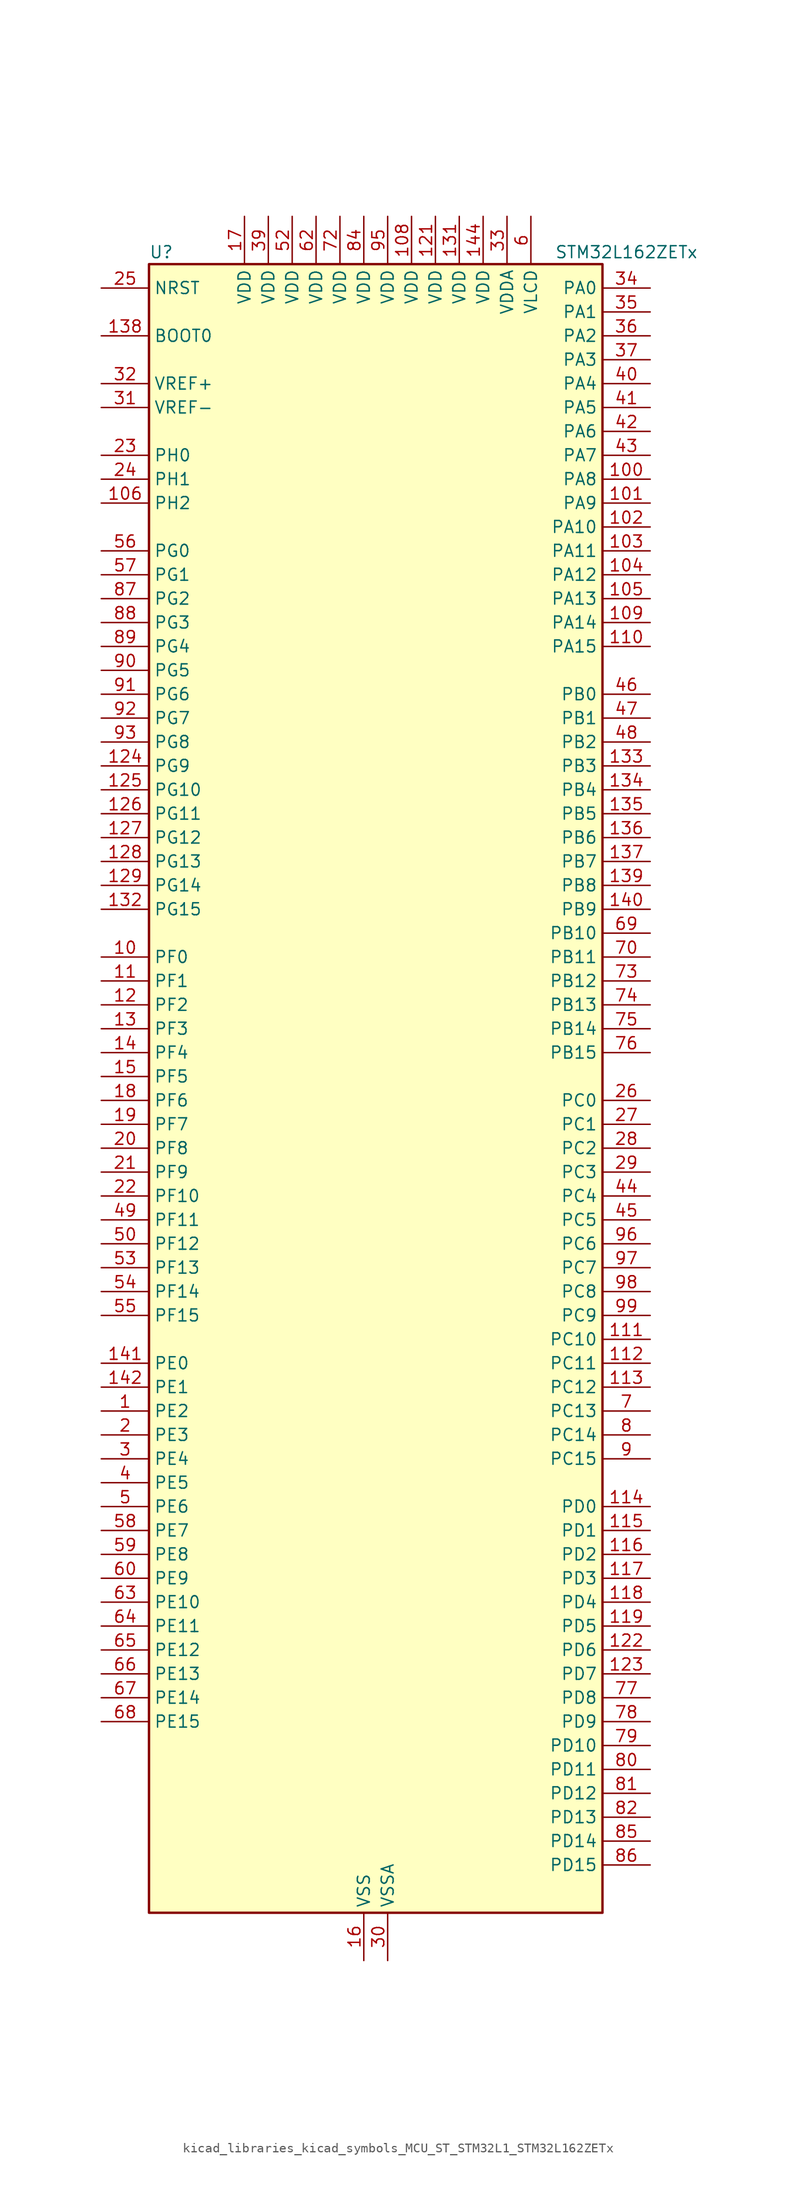
<source format=kicad_sym>
(kicad_symbol_lib
  (version 20220914)
  (generator kicad_symbol_editor)
  (symbol "kicad_libraries_kicad_symbols_MCU_ST_STM32L1_STM32L162ZETx"
    (property "Reference" "U"
      (at -22.86 90.17 0)
      (effects (font (size 1.27 1.27)) (justify left)))
    (property "Value" "STM32L162ZETx"
      (at 20.32 90.17 0)
      (effects (font (size 1.27 1.27)) (justify left)))
    (property "ki_locked" ""
      (at 0 0 0)
      (effects (font (size 1.27 1.27))))
    (symbol "kicad_libraries_kicad_symbols_MCU_ST_STM32L1_STM32L162ZETx_0_1"
      (rectangle (start -22.86 -86.36) (end 25.4 88.9) (stroke (width 0.254) (type default)) (fill (type background))))
    (symbol "kicad_libraries_kicad_symbols_MCU_ST_STM32L1_STM32L162ZETx_1_1"
      (pin bidirectional line (at -27.94 -33.02 0) (length 5.08) (name "PE2" (effects (font (size 1.27 1.27)))) (number "1" (effects (font (size 1.27 1.27)))) (alternate "LCD_SEG38" bidirectional line) (alternate "SYS_TRACECK" bidirectional line) (alternate "TIM3_ETR" bidirectional line) (alternate "TIMX_IC3" bidirectional line))
      (pin bidirectional line (at -27.94 15.24 0) (length 5.08) (name "PF0" (effects (font (size 1.27 1.27)))) (number "10" (effects (font (size 1.27 1.27)))))
      (pin bidirectional line (at 30.48 66.04 180) (length 5.08) (name "PA8" (effects (font (size 1.27 1.27)))) (number "100" (effects (font (size 1.27 1.27)))) (alternate "LCD_COM0" bidirectional line) (alternate "RCC_MCO" bidirectional line) (alternate "TIMX_IC1" bidirectional line) (alternate "TS_G4_IO1" bidirectional line) (alternate "USART1_CK" bidirectional line))
      (pin bidirectional line (at 30.48 63.5 180) (length 5.08) (name "PA9" (effects (font (size 1.27 1.27)))) (number "101" (effects (font (size 1.27 1.27)))) (alternate "DAC_EXTI9" bidirectional line) (alternate "LCD_COM1" bidirectional line) (alternate "TIMX_IC2" bidirectional line) (alternate "TS_G4_IO2" bidirectional line) (alternate "USART1_TX" bidirectional line))
      (pin bidirectional line (at 30.48 60.96 180) (length 5.08) (name "PA10" (effects (font (size 1.27 1.27)))) (number "102" (effects (font (size 1.27 1.27)))) (alternate "LCD_COM2" bidirectional line) (alternate "TIMX_IC3" bidirectional line) (alternate "TS_G4_IO3" bidirectional line) (alternate "USART1_RX" bidirectional line))
      (pin bidirectional line (at 30.48 58.42 180) (length 5.08) (name "PA11" (effects (font (size 1.27 1.27)))) (number "103" (effects (font (size 1.27 1.27)))) (alternate "ADC_EXTI11" bidirectional line) (alternate "SPI1_MISO" bidirectional line) (alternate "TIMX_IC4" bidirectional line) (alternate "USART1_CTS" bidirectional line) (alternate "USB_DM" bidirectional line))
      (pin bidirectional line (at 30.48 55.88 180) (length 5.08) (name "PA12" (effects (font (size 1.27 1.27)))) (number "104" (effects (font (size 1.27 1.27)))) (alternate "SPI1_MOSI" bidirectional line) (alternate "TIMX_IC1" bidirectional line) (alternate "USART1_RTS" bidirectional line) (alternate "USB_DP" bidirectional line))
      (pin bidirectional line (at 30.48 53.34 180) (length 5.08) (name "PA13" (effects (font (size 1.27 1.27)))) (number "105" (effects (font (size 1.27 1.27)))) (alternate "SYS_JTMS-SWDIO" bidirectional line) (alternate "TIMX_IC2" bidirectional line) (alternate "TS_G5_IO1" bidirectional line))
      (pin bidirectional line (at -27.94 63.5 0) (length 5.08) (name "PH2" (effects (font (size 1.27 1.27)))) (number "106" (effects (font (size 1.27 1.27)))))
      (pin passive line (at 0 -91.44 90) (length 5.08) hide (name "VSS" (effects (font (size 1.27 1.27)))) (number "107" (effects (font (size 1.27 1.27)))))
      (pin power_in line (at 5.08 93.98 270) (length 5.08) (name "VDD" (effects (font (size 1.27 1.27)))) (number "108" (effects (font (size 1.27 1.27)))))
      (pin bidirectional line (at 30.48 50.8 180) (length 5.08) (name "PA14" (effects (font (size 1.27 1.27)))) (number "109" (effects (font (size 1.27 1.27)))) (alternate "SYS_JTCK-SWCLK" bidirectional line) (alternate "TIMX_IC3" bidirectional line) (alternate "TS_G5_IO2" bidirectional line))
      (pin bidirectional line (at -27.94 12.7 0) (length 5.08) (name "PF1" (effects (font (size 1.27 1.27)))) (number "11" (effects (font (size 1.27 1.27)))))
      (pin bidirectional line (at 30.48 48.26 180) (length 5.08) (name "PA15" (effects (font (size 1.27 1.27)))) (number "110" (effects (font (size 1.27 1.27)))) (alternate "ADC_EXTI15" bidirectional line) (alternate "I2S3_WS" bidirectional line) (alternate "LCD_SEG17" bidirectional line) (alternate "SPI1_NSS" bidirectional line) (alternate "SPI3_NSS" bidirectional line) (alternate "SYS_JTDI" bidirectional line) (alternate "TIM2_CH1" bidirectional line) (alternate "TIM2_ETR" bidirectional line) (alternate "TIMX_IC4" bidirectional line) (alternate "TS_G5_IO3" bidirectional line))
      (pin bidirectional line (at 30.48 -25.4 180) (length 5.08) (name "PC10" (effects (font (size 1.27 1.27)))) (number "111" (effects (font (size 1.27 1.27)))) (alternate "I2S3_CK" bidirectional line) (alternate "LCD_COM4" bidirectional line) (alternate "LCD_SEG28" bidirectional line) (alternate "LCD_SEG40" bidirectional line) (alternate "SPI3_SCK" bidirectional line) (alternate "TIMX_IC3" bidirectional line) (alternate "UART4_TX" bidirectional line) (alternate "USART3_TX" bidirectional line))
      (pin bidirectional line (at 30.48 -27.94 180) (length 5.08) (name "PC11" (effects (font (size 1.27 1.27)))) (number "112" (effects (font (size 1.27 1.27)))) (alternate "ADC_EXTI11" bidirectional line) (alternate "LCD_COM5" bidirectional line) (alternate "LCD_SEG29" bidirectional line) (alternate "LCD_SEG41" bidirectional line) (alternate "SPI3_MISO" bidirectional line) (alternate "TIMX_IC4" bidirectional line) (alternate "UART4_RX" bidirectional line) (alternate "USART3_RX" bidirectional line))
      (pin bidirectional line (at 30.48 -30.48 180) (length 5.08) (name "PC12" (effects (font (size 1.27 1.27)))) (number "113" (effects (font (size 1.27 1.27)))) (alternate "I2S3_SD" bidirectional line) (alternate "LCD_COM6" bidirectional line) (alternate "LCD_SEG30" bidirectional line) (alternate "LCD_SEG42" bidirectional line) (alternate "SPI3_MOSI" bidirectional line) (alternate "TIMX_IC1" bidirectional line) (alternate "UART5_TX" bidirectional line) (alternate "USART3_CK" bidirectional line))
      (pin bidirectional line (at 30.48 -43.18 180) (length 5.08) (name "PD0" (effects (font (size 1.27 1.27)))) (number "114" (effects (font (size 1.27 1.27)))) (alternate "I2S2_WS" bidirectional line) (alternate "SPI2_NSS" bidirectional line) (alternate "TIM9_CH1" bidirectional line) (alternate "TIMX_IC1" bidirectional line))
      (pin bidirectional line (at 30.48 -45.72 180) (length 5.08) (name "PD1" (effects (font (size 1.27 1.27)))) (number "115" (effects (font (size 1.27 1.27)))) (alternate "I2S2_CK" bidirectional line) (alternate "SPI2_SCK" bidirectional line) (alternate "TIMX_IC2" bidirectional line))
      (pin bidirectional line (at 30.48 -48.26 180) (length 5.08) (name "PD2" (effects (font (size 1.27 1.27)))) (number "116" (effects (font (size 1.27 1.27)))) (alternate "LCD_COM7" bidirectional line) (alternate "LCD_SEG31" bidirectional line) (alternate "LCD_SEG43" bidirectional line) (alternate "TIM3_ETR" bidirectional line) (alternate "TIMX_IC3" bidirectional line) (alternate "UART5_RX" bidirectional line))
      (pin bidirectional line (at 30.48 -50.8 180) (length 5.08) (name "PD3" (effects (font (size 1.27 1.27)))) (number "117" (effects (font (size 1.27 1.27)))) (alternate "SPI2_MISO" bidirectional line) (alternate "TIMX_IC4" bidirectional line) (alternate "USART2_CTS" bidirectional line))
      (pin bidirectional line (at 30.48 -53.34 180) (length 5.08) (name "PD4" (effects (font (size 1.27 1.27)))) (number "118" (effects (font (size 1.27 1.27)))) (alternate "I2S2_SD" bidirectional line) (alternate "SPI2_MOSI" bidirectional line) (alternate "TIMX_IC1" bidirectional line) (alternate "USART2_RTS" bidirectional line))
      (pin bidirectional line (at 30.48 -55.88 180) (length 5.08) (name "PD5" (effects (font (size 1.27 1.27)))) (number "119" (effects (font (size 1.27 1.27)))) (alternate "TIMX_IC2" bidirectional line) (alternate "USART2_TX" bidirectional line))
      (pin bidirectional line (at -27.94 10.16 0) (length 5.08) (name "PF2" (effects (font (size 1.27 1.27)))) (number "12" (effects (font (size 1.27 1.27)))))
      (pin passive line (at 0 -91.44 90) (length 5.08) hide (name "VSS" (effects (font (size 1.27 1.27)))) (number "120" (effects (font (size 1.27 1.27)))))
      (pin power_in line (at 7.62 93.98 270) (length 5.08) (name "VDD" (effects (font (size 1.27 1.27)))) (number "121" (effects (font (size 1.27 1.27)))))
      (pin bidirectional line (at 30.48 -58.42 180) (length 5.08) (name "PD6" (effects (font (size 1.27 1.27)))) (number "122" (effects (font (size 1.27 1.27)))) (alternate "TIMX_IC3" bidirectional line) (alternate "USART2_RX" bidirectional line))
      (pin bidirectional line (at 30.48 -60.96 180) (length 5.08) (name "PD7" (effects (font (size 1.27 1.27)))) (number "123" (effects (font (size 1.27 1.27)))) (alternate "TIM9_CH2" bidirectional line) (alternate "TIMX_IC4" bidirectional line) (alternate "USART2_CK" bidirectional line))
      (pin bidirectional line (at -27.94 35.56 0) (length 5.08) (name "PG9" (effects (font (size 1.27 1.27)))) (number "124" (effects (font (size 1.27 1.27)))) (alternate "DAC_EXTI9" bidirectional line))
      (pin bidirectional line (at -27.94 33.02 0) (length 5.08) (name "PG10" (effects (font (size 1.27 1.27)))) (number "125" (effects (font (size 1.27 1.27)))))
      (pin bidirectional line (at -27.94 30.48 0) (length 5.08) (name "PG11" (effects (font (size 1.27 1.27)))) (number "126" (effects (font (size 1.27 1.27)))) (alternate "ADC_EXTI11" bidirectional line))
      (pin bidirectional line (at -27.94 27.94 0) (length 5.08) (name "PG12" (effects (font (size 1.27 1.27)))) (number "127" (effects (font (size 1.27 1.27)))))
      (pin bidirectional line (at -27.94 25.4 0) (length 5.08) (name "PG13" (effects (font (size 1.27 1.27)))) (number "128" (effects (font (size 1.27 1.27)))))
      (pin bidirectional line (at -27.94 22.86 0) (length 5.08) (name "PG14" (effects (font (size 1.27 1.27)))) (number "129" (effects (font (size 1.27 1.27)))))
      (pin bidirectional line (at -27.94 7.62 0) (length 5.08) (name "PF3" (effects (font (size 1.27 1.27)))) (number "13" (effects (font (size 1.27 1.27)))))
      (pin passive line (at 0 -91.44 90) (length 5.08) hide (name "VSS" (effects (font (size 1.27 1.27)))) (number "130" (effects (font (size 1.27 1.27)))))
      (pin power_in line (at 10.16 93.98 270) (length 5.08) (name "VDD" (effects (font (size 1.27 1.27)))) (number "131" (effects (font (size 1.27 1.27)))))
      (pin bidirectional line (at -27.94 20.32 0) (length 5.08) (name "PG15" (effects (font (size 1.27 1.27)))) (number "132" (effects (font (size 1.27 1.27)))) (alternate "ADC_EXTI15" bidirectional line))
      (pin bidirectional line (at 30.48 35.56 180) (length 5.08) (name "PB3" (effects (font (size 1.27 1.27)))) (number "133" (effects (font (size 1.27 1.27)))) (alternate "COMP2_INM" bidirectional line) (alternate "I2S3_CK" bidirectional line) (alternate "LCD_SEG7" bidirectional line) (alternate "SPI1_SCK" bidirectional line) (alternate "SPI3_SCK" bidirectional line) (alternate "SYS_JTDO-TRACESWO" bidirectional line) (alternate "TIM2_CH2" bidirectional line))
      (pin bidirectional line (at 30.48 33.02 180) (length 5.08) (name "PB4" (effects (font (size 1.27 1.27)))) (number "134" (effects (font (size 1.27 1.27)))) (alternate "COMP2_INP" bidirectional line) (alternate "LCD_SEG8" bidirectional line) (alternate "SPI1_MISO" bidirectional line) (alternate "SPI3_MISO" bidirectional line) (alternate "SYS_JTRST" bidirectional line) (alternate "TIM3_CH1" bidirectional line) (alternate "TS_G6_IO1" bidirectional line))
      (pin bidirectional line (at 30.48 30.48 180) (length 5.08) (name "PB5" (effects (font (size 1.27 1.27)))) (number "135" (effects (font (size 1.27 1.27)))) (alternate "COMP2_INP" bidirectional line) (alternate "I2C1_SMBA" bidirectional line) (alternate "I2S3_SD" bidirectional line) (alternate "LCD_SEG9" bidirectional line) (alternate "SPI1_MOSI" bidirectional line) (alternate "SPI3_MOSI" bidirectional line) (alternate "TIM3_CH2" bidirectional line) (alternate "TS_G6_IO2" bidirectional line))
      (pin bidirectional line (at 30.48 27.94 180) (length 5.08) (name "PB6" (effects (font (size 1.27 1.27)))) (number "136" (effects (font (size 1.27 1.27)))) (alternate "COMP2_INP" bidirectional line) (alternate "I2C1_SCL" bidirectional line) (alternate "TIM4_CH1" bidirectional line) (alternate "TS_G6_IO3" bidirectional line) (alternate "USART1_TX" bidirectional line))
      (pin bidirectional line (at 30.48 25.4 180) (length 5.08) (name "PB7" (effects (font (size 1.27 1.27)))) (number "137" (effects (font (size 1.27 1.27)))) (alternate "COMP2_INP" bidirectional line) (alternate "I2C1_SDA" bidirectional line) (alternate "SYS_PVD_IN" bidirectional line) (alternate "TIM4_CH2" bidirectional line) (alternate "TS_G6_IO4" bidirectional line) (alternate "USART1_RX" bidirectional line))
      (pin input line (at -27.94 81.28 0) (length 5.08) (name "BOOT0" (effects (font (size 1.27 1.27)))) (number "138" (effects (font (size 1.27 1.27)))))
      (pin bidirectional line (at 30.48 22.86 180) (length 5.08) (name "PB8" (effects (font (size 1.27 1.27)))) (number "139" (effects (font (size 1.27 1.27)))) (alternate "I2C1_SCL" bidirectional line) (alternate "LCD_SEG16" bidirectional line) (alternate "TIM10_CH1" bidirectional line) (alternate "TIM4_CH3" bidirectional line))
      (pin bidirectional line (at -27.94 5.08 0) (length 5.08) (name "PF4" (effects (font (size 1.27 1.27)))) (number "14" (effects (font (size 1.27 1.27)))))
      (pin bidirectional line (at 30.48 20.32 180) (length 5.08) (name "PB9" (effects (font (size 1.27 1.27)))) (number "140" (effects (font (size 1.27 1.27)))) (alternate "DAC_EXTI9" bidirectional line) (alternate "I2C1_SDA" bidirectional line) (alternate "LCD_COM3" bidirectional line) (alternate "TIM11_CH1" bidirectional line) (alternate "TIM4_CH4" bidirectional line))
      (pin bidirectional line (at -27.94 -27.94 0) (length 5.08) (name "PE0" (effects (font (size 1.27 1.27)))) (number "141" (effects (font (size 1.27 1.27)))) (alternate "LCD_SEG36" bidirectional line) (alternate "TIM10_CH1" bidirectional line) (alternate "TIM4_ETR" bidirectional line) (alternate "TIMX_IC1" bidirectional line))
      (pin bidirectional line (at -27.94 -30.48 0) (length 5.08) (name "PE1" (effects (font (size 1.27 1.27)))) (number "142" (effects (font (size 1.27 1.27)))) (alternate "LCD_SEG37" bidirectional line) (alternate "TIM11_CH1" bidirectional line) (alternate "TIMX_IC2" bidirectional line))
      (pin passive line (at 0 -91.44 90) (length 5.08) hide (name "VSS" (effects (font (size 1.27 1.27)))) (number "143" (effects (font (size 1.27 1.27)))))
      (pin power_in line (at 12.7 93.98 270) (length 5.08) (name "VDD" (effects (font (size 1.27 1.27)))) (number "144" (effects (font (size 1.27 1.27)))))
      (pin bidirectional line (at -27.94 2.54 0) (length 5.08) (name "PF5" (effects (font (size 1.27 1.27)))) (number "15" (effects (font (size 1.27 1.27)))))
      (pin power_in line (at 0 -91.44 90) (length 5.08) (name "VSS" (effects (font (size 1.27 1.27)))) (number "16" (effects (font (size 1.27 1.27)))))
      (pin power_in line (at -12.7 93.98 270) (length 5.08) (name "VDD" (effects (font (size 1.27 1.27)))) (number "17" (effects (font (size 1.27 1.27)))))
      (pin bidirectional line (at -27.94 0 0) (length 5.08) (name "PF6" (effects (font (size 1.27 1.27)))) (number "18" (effects (font (size 1.27 1.27)))) (alternate "ADC_IN27" bidirectional line) (alternate "TIM5_CH1" bidirectional line) (alternate "TIM5_ETR" bidirectional line) (alternate "TS_G11_IO1" bidirectional line))
      (pin bidirectional line (at -27.94 -2.54 0) (length 5.08) (name "PF7" (effects (font (size 1.27 1.27)))) (number "19" (effects (font (size 1.27 1.27)))) (alternate "ADC_IN28" bidirectional line) (alternate "COMP1_INP" bidirectional line) (alternate "TIM5_CH2" bidirectional line) (alternate "TS_G11_IO2" bidirectional line))
      (pin bidirectional line (at -27.94 -35.56 0) (length 5.08) (name "PE3" (effects (font (size 1.27 1.27)))) (number "2" (effects (font (size 1.27 1.27)))) (alternate "LCD_SEG39" bidirectional line) (alternate "SYS_TRACED0" bidirectional line) (alternate "TIM3_CH1" bidirectional line) (alternate "TIMX_IC4" bidirectional line))
      (pin bidirectional line (at -27.94 -5.08 0) (length 5.08) (name "PF8" (effects (font (size 1.27 1.27)))) (number "20" (effects (font (size 1.27 1.27)))) (alternate "ADC_IN29" bidirectional line) (alternate "COMP1_INP" bidirectional line) (alternate "TIM5_CH3" bidirectional line) (alternate "TS_G11_IO3" bidirectional line))
      (pin bidirectional line (at -27.94 -7.62 0) (length 5.08) (name "PF9" (effects (font (size 1.27 1.27)))) (number "21" (effects (font (size 1.27 1.27)))) (alternate "ADC_IN30" bidirectional line) (alternate "COMP1_INP" bidirectional line) (alternate "DAC_EXTI9" bidirectional line) (alternate "TIM5_CH4" bidirectional line) (alternate "TS_G11_IO4" bidirectional line))
      (pin bidirectional line (at -27.94 -10.16 0) (length 5.08) (name "PF10" (effects (font (size 1.27 1.27)))) (number "22" (effects (font (size 1.27 1.27)))) (alternate "ADC_IN31" bidirectional line) (alternate "COMP1_INP" bidirectional line) (alternate "TS_G11_IO5" bidirectional line))
      (pin bidirectional line (at -27.94 68.58 0) (length 5.08) (name "PH0" (effects (font (size 1.27 1.27)))) (number "23" (effects (font (size 1.27 1.27)))) (alternate "RCC_OSC_IN" bidirectional line))
      (pin bidirectional line (at -27.94 66.04 0) (length 5.08) (name "PH1" (effects (font (size 1.27 1.27)))) (number "24" (effects (font (size 1.27 1.27)))) (alternate "RCC_OSC_OUT" bidirectional line))
      (pin input line (at -27.94 86.36 0) (length 5.08) (name "NRST" (effects (font (size 1.27 1.27)))) (number "25" (effects (font (size 1.27 1.27)))))
      (pin bidirectional line (at 30.48 0 180) (length 5.08) (name "PC0" (effects (font (size 1.27 1.27)))) (number "26" (effects (font (size 1.27 1.27)))) (alternate "ADC_IN10" bidirectional line) (alternate "COMP1_INP" bidirectional line) (alternate "LCD_SEG18" bidirectional line) (alternate "TIMX_IC1" bidirectional line) (alternate "TS_G8_IO1" bidirectional line))
      (pin bidirectional line (at 30.48 -2.54 180) (length 5.08) (name "PC1" (effects (font (size 1.27 1.27)))) (number "27" (effects (font (size 1.27 1.27)))) (alternate "ADC_IN11" bidirectional line) (alternate "COMP1_INP" bidirectional line) (alternate "LCD_SEG19" bidirectional line) (alternate "TIMX_IC2" bidirectional line) (alternate "TS_G8_IO2" bidirectional line))
      (pin bidirectional line (at 30.48 -5.08 180) (length 5.08) (name "PC2" (effects (font (size 1.27 1.27)))) (number "28" (effects (font (size 1.27 1.27)))) (alternate "ADC_IN12" bidirectional line) (alternate "COMP1_INP" bidirectional line) (alternate "LCD_SEG20" bidirectional line) (alternate "TIMX_IC3" bidirectional line) (alternate "TS_G8_IO3" bidirectional line))
      (pin bidirectional line (at 30.48 -7.62 180) (length 5.08) (name "PC3" (effects (font (size 1.27 1.27)))) (number "29" (effects (font (size 1.27 1.27)))) (alternate "ADC_IN13" bidirectional line) (alternate "COMP1_INP" bidirectional line) (alternate "LCD_SEG21" bidirectional line) (alternate "TIMX_IC4" bidirectional line) (alternate "TS_G8_IO4" bidirectional line))
      (pin bidirectional line (at -27.94 -38.1 0) (length 5.08) (name "PE4" (effects (font (size 1.27 1.27)))) (number "3" (effects (font (size 1.27 1.27)))) (alternate "SYS_TRACED1" bidirectional line) (alternate "TIM3_CH2" bidirectional line) (alternate "TIMX_IC1" bidirectional line))
      (pin power_in line (at 2.54 -91.44 90) (length 5.08) (name "VSSA" (effects (font (size 1.27 1.27)))) (number "30" (effects (font (size 1.27 1.27)))))
      (pin input line (at -27.94 73.66 0) (length 5.08) (name "VREF-" (effects (font (size 1.27 1.27)))) (number "31" (effects (font (size 1.27 1.27)))))
      (pin input line (at -27.94 76.2 0) (length 5.08) (name "VREF+" (effects (font (size 1.27 1.27)))) (number "32" (effects (font (size 1.27 1.27)))))
      (pin power_in line (at 15.24 93.98 270) (length 5.08) (name "VDDA" (effects (font (size 1.27 1.27)))) (number "33" (effects (font (size 1.27 1.27)))))
      (pin bidirectional line (at 30.48 86.36 180) (length 5.08) (name "PA0" (effects (font (size 1.27 1.27)))) (number "34" (effects (font (size 1.27 1.27)))) (alternate "ADC_IN0" bidirectional line) (alternate "COMP1_INP" bidirectional line) (alternate "RTC_TAMP2" bidirectional line) (alternate "SYS_WKUP1" bidirectional line) (alternate "TIM2_CH1" bidirectional line) (alternate "TIM2_ETR" bidirectional line) (alternate "TIM5_CH1" bidirectional line) (alternate "TIMX_IC1" bidirectional line) (alternate "TS_G1_IO1" bidirectional line) (alternate "USART2_CTS" bidirectional line))
      (pin bidirectional line (at 30.48 83.82 180) (length 5.08) (name "PA1" (effects (font (size 1.27 1.27)))) (number "35" (effects (font (size 1.27 1.27)))) (alternate "ADC_IN1" bidirectional line) (alternate "COMP1_INP" bidirectional line) (alternate "LCD_SEG0" bidirectional line) (alternate "OPAMP1_VINP" bidirectional line) (alternate "TIM2_CH2" bidirectional line) (alternate "TIM5_CH2" bidirectional line) (alternate "TIMX_IC2" bidirectional line) (alternate "TS_G1_IO2" bidirectional line) (alternate "USART2_RTS" bidirectional line))
      (pin bidirectional line (at 30.48 81.28 180) (length 5.08) (name "PA2" (effects (font (size 1.27 1.27)))) (number "36" (effects (font (size 1.27 1.27)))) (alternate "ADC_IN2" bidirectional line) (alternate "COMP1_INP" bidirectional line) (alternate "LCD_SEG1" bidirectional line) (alternate "OPAMP1_VINM" bidirectional line) (alternate "TIM2_CH3" bidirectional line) (alternate "TIM5_CH3" bidirectional line) (alternate "TIM9_CH1" bidirectional line) (alternate "TIMX_IC3" bidirectional line) (alternate "TS_G1_IO3" bidirectional line) (alternate "USART2_TX" bidirectional line))
      (pin bidirectional line (at 30.48 78.74 180) (length 5.08) (name "PA3" (effects (font (size 1.27 1.27)))) (number "37" (effects (font (size 1.27 1.27)))) (alternate "ADC_IN3" bidirectional line) (alternate "COMP1_INP" bidirectional line) (alternate "LCD_SEG2" bidirectional line) (alternate "OPAMP1_VOUT" bidirectional line) (alternate "TIM2_CH4" bidirectional line) (alternate "TIM5_CH4" bidirectional line) (alternate "TIM9_CH2" bidirectional line) (alternate "TIMX_IC4" bidirectional line) (alternate "TS_G1_IO4" bidirectional line) (alternate "USART2_RX" bidirectional line))
      (pin passive line (at 0 -91.44 90) (length 5.08) hide (name "VSS" (effects (font (size 1.27 1.27)))) (number "38" (effects (font (size 1.27 1.27)))))
      (pin power_in line (at -10.16 93.98 270) (length 5.08) (name "VDD" (effects (font (size 1.27 1.27)))) (number "39" (effects (font (size 1.27 1.27)))))
      (pin bidirectional line (at -27.94 -40.64 0) (length 5.08) (name "PE5" (effects (font (size 1.27 1.27)))) (number "4" (effects (font (size 1.27 1.27)))) (alternate "SYS_TRACED2" bidirectional line) (alternate "TIM9_CH1" bidirectional line) (alternate "TIMX_IC2" bidirectional line))
      (pin bidirectional line (at 30.48 76.2 180) (length 5.08) (name "PA4" (effects (font (size 1.27 1.27)))) (number "40" (effects (font (size 1.27 1.27)))) (alternate "ADC_IN4" bidirectional line) (alternate "COMP1_INP" bidirectional line) (alternate "DAC_OUT1" bidirectional line) (alternate "I2S3_WS" bidirectional line) (alternate "SPI1_NSS" bidirectional line) (alternate "SPI3_NSS" bidirectional line) (alternate "TIMX_IC1" bidirectional line) (alternate "USART2_CK" bidirectional line))
      (pin bidirectional line (at 30.48 73.66 180) (length 5.08) (name "PA5" (effects (font (size 1.27 1.27)))) (number "41" (effects (font (size 1.27 1.27)))) (alternate "ADC_IN5" bidirectional line) (alternate "COMP1_INP" bidirectional line) (alternate "DAC_OUT2" bidirectional line) (alternate "SPI1_SCK" bidirectional line) (alternate "TIM2_CH1" bidirectional line) (alternate "TIM2_ETR" bidirectional line) (alternate "TIMX_IC2" bidirectional line))
      (pin bidirectional line (at 30.48 71.12 180) (length 5.08) (name "PA6" (effects (font (size 1.27 1.27)))) (number "42" (effects (font (size 1.27 1.27)))) (alternate "ADC_IN6" bidirectional line) (alternate "COMP1_INP" bidirectional line) (alternate "LCD_SEG3" bidirectional line) (alternate "OPAMP2_VINP" bidirectional line) (alternate "SPI1_MISO" bidirectional line) (alternate "TIM10_CH1" bidirectional line) (alternate "TIM3_CH1" bidirectional line) (alternate "TIMX_IC3" bidirectional line) (alternate "TS_G2_IO1" bidirectional line))
      (pin bidirectional line (at 30.48 68.58 180) (length 5.08) (name "PA7" (effects (font (size 1.27 1.27)))) (number "43" (effects (font (size 1.27 1.27)))) (alternate "ADC_IN7" bidirectional line) (alternate "COMP1_INP" bidirectional line) (alternate "LCD_SEG4" bidirectional line) (alternate "OPAMP2_VINM" bidirectional line) (alternate "SPI1_MOSI" bidirectional line) (alternate "TIM11_CH1" bidirectional line) (alternate "TIM3_CH2" bidirectional line) (alternate "TIMX_IC4" bidirectional line) (alternate "TS_G2_IO2" bidirectional line))
      (pin bidirectional line (at 30.48 -10.16 180) (length 5.08) (name "PC4" (effects (font (size 1.27 1.27)))) (number "44" (effects (font (size 1.27 1.27)))) (alternate "ADC_IN14" bidirectional line) (alternate "COMP1_INP" bidirectional line) (alternate "LCD_SEG22" bidirectional line) (alternate "TIMX_IC1" bidirectional line) (alternate "TS_G9_IO1" bidirectional line))
      (pin bidirectional line (at 30.48 -12.7 180) (length 5.08) (name "PC5" (effects (font (size 1.27 1.27)))) (number "45" (effects (font (size 1.27 1.27)))) (alternate "ADC_IN15" bidirectional line) (alternate "COMP1_INP" bidirectional line) (alternate "LCD_SEG23" bidirectional line) (alternate "TIMX_IC2" bidirectional line) (alternate "TS_G9_IO2" bidirectional line))
      (pin bidirectional line (at 30.48 43.18 180) (length 5.08) (name "PB0" (effects (font (size 1.27 1.27)))) (number "46" (effects (font (size 1.27 1.27)))) (alternate "ADC_IN8" bidirectional line) (alternate "COMP1_INP" bidirectional line) (alternate "LCD_SEG5" bidirectional line) (alternate "OPAMP2_VOUT" bidirectional line) (alternate "SYS_V_REF_OUT" bidirectional line) (alternate "TIM3_CH3" bidirectional line) (alternate "TS_G3_IO1" bidirectional line))
      (pin bidirectional line (at 30.48 40.64 180) (length 5.08) (name "PB1" (effects (font (size 1.27 1.27)))) (number "47" (effects (font (size 1.27 1.27)))) (alternate "ADC_IN9" bidirectional line) (alternate "COMP1_INP" bidirectional line) (alternate "LCD_SEG6" bidirectional line) (alternate "SYS_V_REF_OUT" bidirectional line) (alternate "TIM3_CH4" bidirectional line) (alternate "TS_G3_IO2" bidirectional line))
      (pin bidirectional line (at 30.48 38.1 180) (length 5.08) (name "PB2" (effects (font (size 1.27 1.27)))) (number "48" (effects (font (size 1.27 1.27)))) (alternate "ADC_IN0b" bidirectional line) (alternate "TS_G3_IO3" bidirectional line))
      (pin bidirectional line (at -27.94 -12.7 0) (length 5.08) (name "PF11" (effects (font (size 1.27 1.27)))) (number "49" (effects (font (size 1.27 1.27)))) (alternate "ADC_EXTI11" bidirectional line) (alternate "ADC_IN1b" bidirectional line) (alternate "TS_G3_IO4" bidirectional line))
      (pin bidirectional line (at -27.94 -43.18 0) (length 5.08) (name "PE6" (effects (font (size 1.27 1.27)))) (number "5" (effects (font (size 1.27 1.27)))) (alternate "RTC_TAMP3" bidirectional line) (alternate "SYS_TRACED3" bidirectional line) (alternate "SYS_WKUP3" bidirectional line) (alternate "TIM9_CH2" bidirectional line) (alternate "TIMX_IC3" bidirectional line))
      (pin bidirectional line (at -27.94 -15.24 0) (length 5.08) (name "PF12" (effects (font (size 1.27 1.27)))) (number "50" (effects (font (size 1.27 1.27)))) (alternate "ADC_IN2b" bidirectional line) (alternate "TS_G3_IO5" bidirectional line))
      (pin passive line (at 0 -91.44 90) (length 5.08) hide (name "VSS" (effects (font (size 1.27 1.27)))) (number "51" (effects (font (size 1.27 1.27)))))
      (pin power_in line (at -7.62 93.98 270) (length 5.08) (name "VDD" (effects (font (size 1.27 1.27)))) (number "52" (effects (font (size 1.27 1.27)))))
      (pin bidirectional line (at -27.94 -17.78 0) (length 5.08) (name "PF13" (effects (font (size 1.27 1.27)))) (number "53" (effects (font (size 1.27 1.27)))) (alternate "ADC_IN3b" bidirectional line) (alternate "TS_G9_IO3" bidirectional line))
      (pin bidirectional line (at -27.94 -20.32 0) (length 5.08) (name "PF14" (effects (font (size 1.27 1.27)))) (number "54" (effects (font (size 1.27 1.27)))) (alternate "ADC_IN6b" bidirectional line) (alternate "TS_G9_IO4" bidirectional line))
      (pin bidirectional line (at -27.94 -22.86 0) (length 5.08) (name "PF15" (effects (font (size 1.27 1.27)))) (number "55" (effects (font (size 1.27 1.27)))) (alternate "ADC_EXTI15" bidirectional line) (alternate "ADC_IN7b" bidirectional line) (alternate "TS_G2_IO3" bidirectional line))
      (pin bidirectional line (at -27.94 58.42 0) (length 5.08) (name "PG0" (effects (font (size 1.27 1.27)))) (number "56" (effects (font (size 1.27 1.27)))) (alternate "ADC_IN8b" bidirectional line) (alternate "TS_G2_IO4" bidirectional line))
      (pin bidirectional line (at -27.94 55.88 0) (length 5.08) (name "PG1" (effects (font (size 1.27 1.27)))) (number "57" (effects (font (size 1.27 1.27)))) (alternate "ADC_IN9b" bidirectional line) (alternate "TS_G2_IO5" bidirectional line))
      (pin bidirectional line (at -27.94 -45.72 0) (length 5.08) (name "PE7" (effects (font (size 1.27 1.27)))) (number "58" (effects (font (size 1.27 1.27)))) (alternate "ADC_IN22" bidirectional line) (alternate "COMP1_INP" bidirectional line) (alternate "TIMX_IC4" bidirectional line))
      (pin bidirectional line (at -27.94 -48.26 0) (length 5.08) (name "PE8" (effects (font (size 1.27 1.27)))) (number "59" (effects (font (size 1.27 1.27)))) (alternate "ADC_IN23" bidirectional line) (alternate "COMP1_INP" bidirectional line) (alternate "TIMX_IC1" bidirectional line))
      (pin power_in line (at 17.78 93.98 270) (length 5.08) (name "VLCD" (effects (font (size 1.27 1.27)))) (number "6" (effects (font (size 1.27 1.27)))))
      (pin bidirectional line (at -27.94 -50.8 0) (length 5.08) (name "PE9" (effects (font (size 1.27 1.27)))) (number "60" (effects (font (size 1.27 1.27)))) (alternate "ADC_IN24" bidirectional line) (alternate "COMP1_INP" bidirectional line) (alternate "DAC_EXTI9" bidirectional line) (alternate "TIM2_CH1" bidirectional line) (alternate "TIM2_ETR" bidirectional line) (alternate "TIMX_IC2" bidirectional line))
      (pin passive line (at 0 -91.44 90) (length 5.08) hide (name "VSS" (effects (font (size 1.27 1.27)))) (number "61" (effects (font (size 1.27 1.27)))))
      (pin power_in line (at -5.08 93.98 270) (length 5.08) (name "VDD" (effects (font (size 1.27 1.27)))) (number "62" (effects (font (size 1.27 1.27)))))
      (pin bidirectional line (at -27.94 -53.34 0) (length 5.08) (name "PE10" (effects (font (size 1.27 1.27)))) (number "63" (effects (font (size 1.27 1.27)))) (alternate "ADC_IN25" bidirectional line) (alternate "COMP1_INP" bidirectional line) (alternate "TIM2_CH2" bidirectional line) (alternate "TIMX_IC3" bidirectional line))
      (pin bidirectional line (at -27.94 -55.88 0) (length 5.08) (name "PE11" (effects (font (size 1.27 1.27)))) (number "64" (effects (font (size 1.27 1.27)))) (alternate "ADC_EXTI11" bidirectional line) (alternate "TIM2_CH3" bidirectional line) (alternate "TIMX_IC4" bidirectional line))
      (pin bidirectional line (at -27.94 -58.42 0) (length 5.08) (name "PE12" (effects (font (size 1.27 1.27)))) (number "65" (effects (font (size 1.27 1.27)))) (alternate "SPI1_NSS" bidirectional line) (alternate "TIM2_CH4" bidirectional line) (alternate "TIMX_IC1" bidirectional line))
      (pin bidirectional line (at -27.94 -60.96 0) (length 5.08) (name "PE13" (effects (font (size 1.27 1.27)))) (number "66" (effects (font (size 1.27 1.27)))) (alternate "SPI1_SCK" bidirectional line) (alternate "TIMX_IC2" bidirectional line))
      (pin bidirectional line (at -27.94 -63.5 0) (length 5.08) (name "PE14" (effects (font (size 1.27 1.27)))) (number "67" (effects (font (size 1.27 1.27)))) (alternate "SPI1_MISO" bidirectional line) (alternate "TIMX_IC3" bidirectional line))
      (pin bidirectional line (at -27.94 -66.04 0) (length 5.08) (name "PE15" (effects (font (size 1.27 1.27)))) (number "68" (effects (font (size 1.27 1.27)))) (alternate "ADC_EXTI15" bidirectional line) (alternate "SPI1_MOSI" bidirectional line) (alternate "TIMX_IC4" bidirectional line))
      (pin bidirectional line (at 30.48 17.78 180) (length 5.08) (name "PB10" (effects (font (size 1.27 1.27)))) (number "69" (effects (font (size 1.27 1.27)))) (alternate "I2C2_SCL" bidirectional line) (alternate "LCD_SEG10" bidirectional line) (alternate "TIM2_CH3" bidirectional line) (alternate "USART3_TX" bidirectional line))
      (pin bidirectional line (at 30.48 -33.02 180) (length 5.08) (name "PC13" (effects (font (size 1.27 1.27)))) (number "7" (effects (font (size 1.27 1.27)))) (alternate "RTC_OUT_ALARM" bidirectional line) (alternate "RTC_OUT_CALIB" bidirectional line) (alternate "RTC_TAMP1" bidirectional line) (alternate "RTC_TS" bidirectional line) (alternate "SYS_WKUP2" bidirectional line) (alternate "TIMX_IC2" bidirectional line))
      (pin bidirectional line (at 30.48 15.24 180) (length 5.08) (name "PB11" (effects (font (size 1.27 1.27)))) (number "70" (effects (font (size 1.27 1.27)))) (alternate "ADC_EXTI11" bidirectional line) (alternate "I2C2_SDA" bidirectional line) (alternate "LCD_SEG11" bidirectional line) (alternate "TIM2_CH4" bidirectional line) (alternate "USART3_RX" bidirectional line))
      (pin passive line (at 0 -91.44 90) (length 5.08) hide (name "VSS" (effects (font (size 1.27 1.27)))) (number "71" (effects (font (size 1.27 1.27)))))
      (pin power_in line (at -2.54 93.98 270) (length 5.08) (name "VDD" (effects (font (size 1.27 1.27)))) (number "72" (effects (font (size 1.27 1.27)))))
      (pin bidirectional line (at 30.48 12.7 180) (length 5.08) (name "PB12" (effects (font (size 1.27 1.27)))) (number "73" (effects (font (size 1.27 1.27)))) (alternate "ADC_IN18" bidirectional line) (alternate "COMP1_INP" bidirectional line) (alternate "I2C2_SMBA" bidirectional line) (alternate "I2S2_WS" bidirectional line) (alternate "LCD_SEG12" bidirectional line) (alternate "SPI2_NSS" bidirectional line) (alternate "TIM10_CH1" bidirectional line) (alternate "TS_G7_IO1" bidirectional line) (alternate "USART3_CK" bidirectional line))
      (pin bidirectional line (at 30.48 10.16 180) (length 5.08) (name "PB13" (effects (font (size 1.27 1.27)))) (number "74" (effects (font (size 1.27 1.27)))) (alternate "ADC_IN19" bidirectional line) (alternate "COMP1_INP" bidirectional line) (alternate "I2S2_CK" bidirectional line) (alternate "LCD_SEG13" bidirectional line) (alternate "SPI2_SCK" bidirectional line) (alternate "TIM9_CH1" bidirectional line) (alternate "TS_G7_IO2" bidirectional line) (alternate "USART3_CTS" bidirectional line))
      (pin bidirectional line (at 30.48 7.62 180) (length 5.08) (name "PB14" (effects (font (size 1.27 1.27)))) (number "75" (effects (font (size 1.27 1.27)))) (alternate "ADC_IN20" bidirectional line) (alternate "COMP1_INP" bidirectional line) (alternate "LCD_SEG14" bidirectional line) (alternate "SPI2_MISO" bidirectional line) (alternate "TIM9_CH2" bidirectional line) (alternate "TS_G7_IO3" bidirectional line) (alternate "USART3_RTS" bidirectional line))
      (pin bidirectional line (at 30.48 5.08 180) (length 5.08) (name "PB15" (effects (font (size 1.27 1.27)))) (number "76" (effects (font (size 1.27 1.27)))) (alternate "ADC_EXTI15" bidirectional line) (alternate "ADC_IN21" bidirectional line) (alternate "COMP1_INP" bidirectional line) (alternate "I2S2_SD" bidirectional line) (alternate "LCD_SEG15" bidirectional line) (alternate "RTC_REFIN" bidirectional line) (alternate "SPI2_MOSI" bidirectional line) (alternate "TIM11_CH1" bidirectional line) (alternate "TS_G7_IO4" bidirectional line))
      (pin bidirectional line (at 30.48 -63.5 180) (length 5.08) (name "PD8" (effects (font (size 1.27 1.27)))) (number "77" (effects (font (size 1.27 1.27)))) (alternate "LCD_SEG28" bidirectional line) (alternate "TIMX_IC1" bidirectional line) (alternate "USART3_TX" bidirectional line))
      (pin bidirectional line (at 30.48 -66.04 180) (length 5.08) (name "PD9" (effects (font (size 1.27 1.27)))) (number "78" (effects (font (size 1.27 1.27)))) (alternate "DAC_EXTI9" bidirectional line) (alternate "LCD_SEG29" bidirectional line) (alternate "TIMX_IC2" bidirectional line) (alternate "USART3_RX" bidirectional line))
      (pin bidirectional line (at 30.48 -68.58 180) (length 5.08) (name "PD10" (effects (font (size 1.27 1.27)))) (number "79" (effects (font (size 1.27 1.27)))) (alternate "LCD_SEG30" bidirectional line) (alternate "TIMX_IC3" bidirectional line) (alternate "USART3_CK" bidirectional line))
      (pin bidirectional line (at 30.48 -35.56 180) (length 5.08) (name "PC14" (effects (font (size 1.27 1.27)))) (number "8" (effects (font (size 1.27 1.27)))) (alternate "RCC_OSC32_IN" bidirectional line) (alternate "TIMX_IC3" bidirectional line))
      (pin bidirectional line (at 30.48 -71.12 180) (length 5.08) (name "PD11" (effects (font (size 1.27 1.27)))) (number "80" (effects (font (size 1.27 1.27)))) (alternate "ADC_EXTI11" bidirectional line) (alternate "LCD_SEG31" bidirectional line) (alternate "TIMX_IC4" bidirectional line) (alternate "USART3_CTS" bidirectional line))
      (pin bidirectional line (at 30.48 -73.66 180) (length 5.08) (name "PD12" (effects (font (size 1.27 1.27)))) (number "81" (effects (font (size 1.27 1.27)))) (alternate "LCD_SEG32" bidirectional line) (alternate "TIM4_CH1" bidirectional line) (alternate "TIMX_IC1" bidirectional line) (alternate "USART3_RTS" bidirectional line))
      (pin bidirectional line (at 30.48 -76.2 180) (length 5.08) (name "PD13" (effects (font (size 1.27 1.27)))) (number "82" (effects (font (size 1.27 1.27)))) (alternate "LCD_SEG33" bidirectional line) (alternate "TIM4_CH2" bidirectional line) (alternate "TIMX_IC2" bidirectional line))
      (pin passive line (at 0 -91.44 90) (length 5.08) hide (name "VSS" (effects (font (size 1.27 1.27)))) (number "83" (effects (font (size 1.27 1.27)))))
      (pin power_in line (at 0 93.98 270) (length 5.08) (name "VDD" (effects (font (size 1.27 1.27)))) (number "84" (effects (font (size 1.27 1.27)))))
      (pin bidirectional line (at 30.48 -78.74 180) (length 5.08) (name "PD14" (effects (font (size 1.27 1.27)))) (number "85" (effects (font (size 1.27 1.27)))) (alternate "LCD_SEG34" bidirectional line) (alternate "TIM4_CH3" bidirectional line) (alternate "TIMX_IC3" bidirectional line))
      (pin bidirectional line (at 30.48 -81.28 180) (length 5.08) (name "PD15" (effects (font (size 1.27 1.27)))) (number "86" (effects (font (size 1.27 1.27)))) (alternate "ADC_EXTI15" bidirectional line) (alternate "LCD_SEG35" bidirectional line) (alternate "TIM4_CH4" bidirectional line) (alternate "TIMX_IC4" bidirectional line))
      (pin bidirectional line (at -27.94 53.34 0) (length 5.08) (name "PG2" (effects (font (size 1.27 1.27)))) (number "87" (effects (font (size 1.27 1.27)))) (alternate "ADC_IN10b" bidirectional line) (alternate "TS_G7_IO5" bidirectional line))
      (pin bidirectional line (at -27.94 50.8 0) (length 5.08) (name "PG3" (effects (font (size 1.27 1.27)))) (number "88" (effects (font (size 1.27 1.27)))) (alternate "ADC_IN11b" bidirectional line) (alternate "TS_G7_IO6" bidirectional line))
      (pin bidirectional line (at -27.94 48.26 0) (length 5.08) (name "PG4" (effects (font (size 1.27 1.27)))) (number "89" (effects (font (size 1.27 1.27)))) (alternate "ADC_IN12b" bidirectional line) (alternate "TS_G7_IO7" bidirectional line))
      (pin bidirectional line (at 30.48 -38.1 180) (length 5.08) (name "PC15" (effects (font (size 1.27 1.27)))) (number "9" (effects (font (size 1.27 1.27)))) (alternate "ADC_EXTI15" bidirectional line) (alternate "RCC_OSC32_OUT" bidirectional line) (alternate "TIMX_IC4" bidirectional line))
      (pin bidirectional line (at -27.94 45.72 0) (length 5.08) (name "PG5" (effects (font (size 1.27 1.27)))) (number "90" (effects (font (size 1.27 1.27)))))
      (pin bidirectional line (at -27.94 43.18 0) (length 5.08) (name "PG6" (effects (font (size 1.27 1.27)))) (number "91" (effects (font (size 1.27 1.27)))))
      (pin bidirectional line (at -27.94 40.64 0) (length 5.08) (name "PG7" (effects (font (size 1.27 1.27)))) (number "92" (effects (font (size 1.27 1.27)))))
      (pin bidirectional line (at -27.94 38.1 0) (length 5.08) (name "PG8" (effects (font (size 1.27 1.27)))) (number "93" (effects (font (size 1.27 1.27)))))
      (pin passive line (at 0 -91.44 90) (length 5.08) hide (name "VSS" (effects (font (size 1.27 1.27)))) (number "94" (effects (font (size 1.27 1.27)))))
      (pin power_in line (at 2.54 93.98 270) (length 5.08) (name "VDD" (effects (font (size 1.27 1.27)))) (number "95" (effects (font (size 1.27 1.27)))))
      (pin bidirectional line (at 30.48 -15.24 180) (length 5.08) (name "PC6" (effects (font (size 1.27 1.27)))) (number "96" (effects (font (size 1.27 1.27)))) (alternate "I2S2_MCK" bidirectional line) (alternate "LCD_SEG24" bidirectional line) (alternate "TIM3_CH1" bidirectional line) (alternate "TIMX_IC3" bidirectional line) (alternate "TS_G10_IO1" bidirectional line))
      (pin bidirectional line (at 30.48 -17.78 180) (length 5.08) (name "PC7" (effects (font (size 1.27 1.27)))) (number "97" (effects (font (size 1.27 1.27)))) (alternate "I2S3_MCK" bidirectional line) (alternate "LCD_SEG25" bidirectional line) (alternate "TIM3_CH2" bidirectional line) (alternate "TIMX_IC4" bidirectional line) (alternate "TS_G10_IO2" bidirectional line))
      (pin bidirectional line (at 30.48 -20.32 180) (length 5.08) (name "PC8" (effects (font (size 1.27 1.27)))) (number "98" (effects (font (size 1.27 1.27)))) (alternate "LCD_SEG26" bidirectional line) (alternate "TIM3_CH3" bidirectional line) (alternate "TIMX_IC1" bidirectional line) (alternate "TS_G10_IO3" bidirectional line))
      (pin bidirectional line (at 30.48 -22.86 180) (length 5.08) (name "PC9" (effects (font (size 1.27 1.27)))) (number "99" (effects (font (size 1.27 1.27)))) (alternate "DAC_EXTI9" bidirectional line) (alternate "LCD_SEG27" bidirectional line) (alternate "TIM3_CH4" bidirectional line) (alternate "TIMX_IC2" bidirectional line) (alternate "TS_G10_IO4" bidirectional line)))))
</source>
